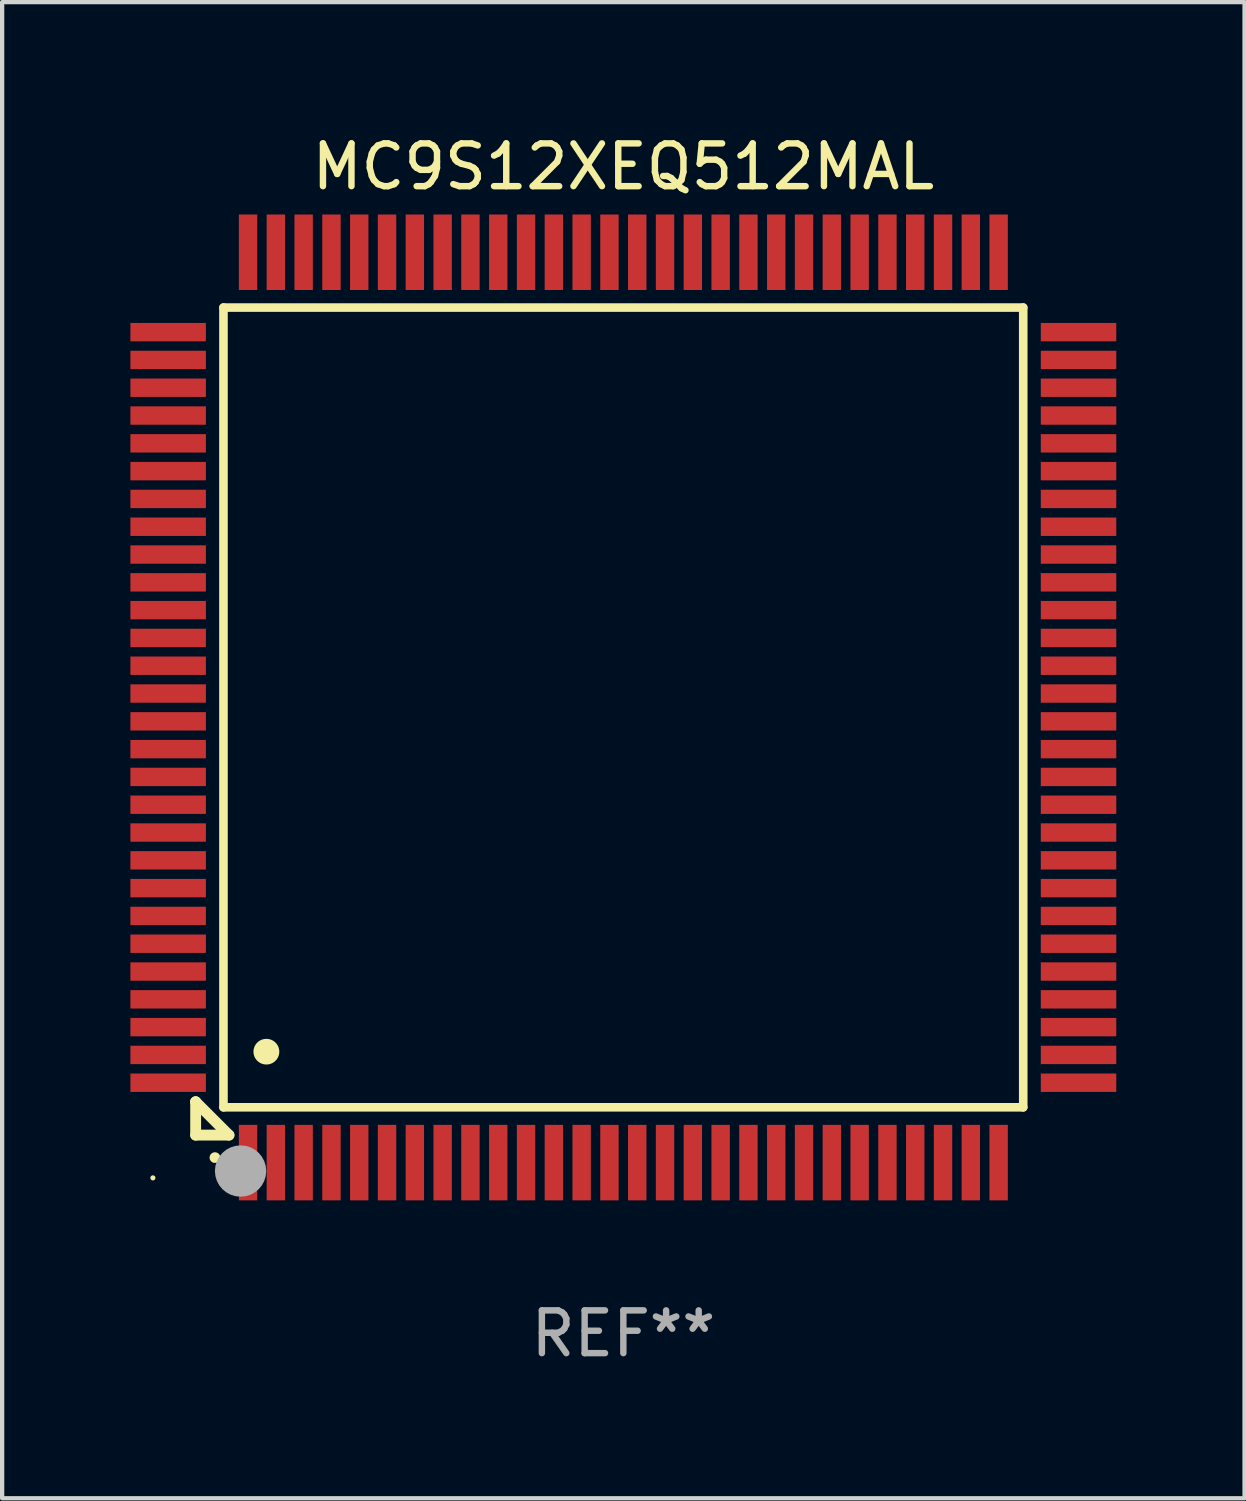
<source format=kicad_pcb>
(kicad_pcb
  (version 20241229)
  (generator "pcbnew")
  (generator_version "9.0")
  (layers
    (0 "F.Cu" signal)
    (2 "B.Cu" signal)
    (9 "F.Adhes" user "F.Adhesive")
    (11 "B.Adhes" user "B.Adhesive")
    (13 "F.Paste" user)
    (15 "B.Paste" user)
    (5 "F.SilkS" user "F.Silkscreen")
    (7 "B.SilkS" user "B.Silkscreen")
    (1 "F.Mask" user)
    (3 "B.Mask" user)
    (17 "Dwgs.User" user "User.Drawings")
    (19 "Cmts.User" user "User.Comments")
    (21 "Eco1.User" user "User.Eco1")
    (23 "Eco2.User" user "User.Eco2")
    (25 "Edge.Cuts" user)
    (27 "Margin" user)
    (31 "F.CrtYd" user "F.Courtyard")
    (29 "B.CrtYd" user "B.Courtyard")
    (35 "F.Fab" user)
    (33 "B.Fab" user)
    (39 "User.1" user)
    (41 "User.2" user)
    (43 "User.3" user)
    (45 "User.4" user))
  (footprint "MC9S12XEQ512MAL"
    (layer "F.Cu")
    (at 11.525 13.491)
    (property "Reference" "MC9S12XEQ512MAL" (at 0 -12.643 0) (layer "F.SilkS") (effects (font (size 1 1) (thickness 0.15))))
    (attr through_hole)
    (fp_line (start -10 9.221) (end -10 9.221) (stroke (width 0.254) (type solid)) (layer "F.SilkS"))
    (fp_line (start -10 9.221) (end -10 10) (stroke (width 0.254) (type solid)) (layer "F.SilkS"))
    (fp_line (start -10 9.221) (end -9.221 10) (stroke (width 0.254) (type solid)) (layer "F.SilkS"))
    (fp_line (start -10 10) (end -9.221 10) (stroke (width 0.254) (type solid)) (layer "F.SilkS"))
    (fp_line (start -9.35 -9.35) (end -9.35 9.35) (stroke (width 0.201) (type solid)) (layer "F.SilkS"))
    (fp_line (start -9.35 9.35) (end 9.35 9.35) (stroke (width 0.201) (type solid)) (layer "F.SilkS"))
    (fp_line (start 9.35 -9.35) (end -9.35 -9.35) (stroke (width 0.201) (type solid)) (layer "F.SilkS"))
    (fp_line (start 9.35 9.35) (end 9.35 -9.35) (stroke (width 0.201) (type solid)) (layer "F.SilkS"))
    (fp_arc (start -9.550546 10.525832) (mid -9.549276 10.525826) (end -9.548006 10.525832) (stroke (width 0.24892) (type solid)) (layer "F.SilkS"))
    (fp_arc (start -8.349124 8.049327) (mid -8.346584 8.049316) (end -8.344044 8.049327) (stroke (width 0.599441) (type solid)) (layer "F.SilkS"))
    (fp_circle (center -11 11) (end -10.97 11) (stroke (width 0.06) (type solid)) (fill no) (layer "F.SilkS"))
    (fp_circle (center -8.95 10.84) (end -8.65 10.84) (stroke (width 0.6) (type solid)) (fill no) (layer "F.Fab"))
    (fp_text user "REF**" (at 0 14.643 0) (layer "F.Fab") (effects (font (size 1 1) (thickness 0.15))))
    (pad "1" smd rect (at -8.775 10.643) (size 0.43 1.765) (layers "F.Cu" "F.Mask" "F.Paste"))
    (pad "2" smd rect (at -8.125 10.643) (size 0.43 1.765) (layers "F.Cu" "F.Mask" "F.Paste"))
    (pad "3" smd rect (at -7.475 10.643) (size 0.43 1.765) (layers "F.Cu" "F.Mask" "F.Paste"))
    (pad "4" smd rect (at -6.825 10.643) (size 0.43 1.765) (layers "F.Cu" "F.Mask" "F.Paste"))
    (pad "5" smd rect (at -6.175 10.643) (size 0.43 1.765) (layers "F.Cu" "F.Mask" "F.Paste"))
    (pad "6" smd rect (at -5.525 10.643) (size 0.43 1.765) (layers "F.Cu" "F.Mask" "F.Paste"))
    (pad "7" smd rect (at -4.875 10.643) (size 0.43 1.765) (layers "F.Cu" "F.Mask" "F.Paste"))
    (pad "8" smd rect (at -4.225 10.643) (size 0.43 1.765) (layers "F.Cu" "F.Mask" "F.Paste"))
    (pad "9" smd rect (at -3.575 10.643) (size 0.43 1.765) (layers "F.Cu" "F.Mask" "F.Paste"))
    (pad "10" smd rect (at -2.925 10.643) (size 0.43 1.765) (layers "F.Cu" "F.Mask" "F.Paste"))
    (pad "11" smd rect (at -2.275 10.643) (size 0.43 1.765) (layers "F.Cu" "F.Mask" "F.Paste"))
    (pad "12" smd rect (at -1.625 10.643) (size 0.43 1.765) (layers "F.Cu" "F.Mask" "F.Paste"))
    (pad "13" smd rect (at -0.975 10.643) (size 0.43 1.765) (layers "F.Cu" "F.Mask" "F.Paste"))
    (pad "14" smd rect (at -0.325 10.643) (size 0.43 1.765) (layers "F.Cu" "F.Mask" "F.Paste"))
    (pad "15" smd rect (at 0.325 10.643) (size 0.43 1.765) (layers "F.Cu" "F.Mask" "F.Paste"))
    (pad "16" smd rect (at 0.975 10.643) (size 0.43 1.765) (layers "F.Cu" "F.Mask" "F.Paste"))
    (pad "17" smd rect (at 1.625 10.643) (size 0.43 1.765) (layers "F.Cu" "F.Mask" "F.Paste"))
    (pad "18" smd rect (at 2.275 10.643) (size 0.43 1.765) (layers "F.Cu" "F.Mask" "F.Paste"))
    (pad "19" smd rect (at 2.925 10.643) (size 0.43 1.765) (layers "F.Cu" "F.Mask" "F.Paste"))
    (pad "20" smd rect (at 3.575 10.643) (size 0.43 1.765) (layers "F.Cu" "F.Mask" "F.Paste"))
    (pad "21" smd rect (at 4.225 10.643) (size 0.43 1.765) (layers "F.Cu" "F.Mask" "F.Paste"))
    (pad "22" smd rect (at 4.875 10.643) (size 0.43 1.765) (layers "F.Cu" "F.Mask" "F.Paste"))
    (pad "23" smd rect (at 5.525 10.643) (size 0.43 1.765) (layers "F.Cu" "F.Mask" "F.Paste"))
    (pad "24" smd rect (at 6.175 10.643) (size 0.43 1.765) (layers "F.Cu" "F.Mask" "F.Paste"))
    (pad "25" smd rect (at 6.825 10.643) (size 0.43 1.765) (layers "F.Cu" "F.Mask" "F.Paste"))
    (pad "26" smd rect (at 7.475 10.643) (size 0.43 1.765) (layers "F.Cu" "F.Mask" "F.Paste"))
    (pad "27" smd rect (at 8.125 10.643) (size 0.43 1.765) (layers "F.Cu" "F.Mask" "F.Paste"))
    (pad "28" smd rect (at 8.775 10.643) (size 0.43 1.765) (layers "F.Cu" "F.Mask" "F.Paste"))
    (pad "29" smd rect (at 10.643 8.775) (size 1.765 0.43) (layers "F.Cu" "F.Mask" "F.Paste"))
    (pad "30" smd rect (at 10.643 8.125) (size 1.765 0.43) (layers "F.Cu" "F.Mask" "F.Paste"))
    (pad "31" smd rect (at 10.643 7.475) (size 1.765 0.43) (layers "F.Cu" "F.Mask" "F.Paste"))
    (pad "32" smd rect (at 10.643 6.825) (size 1.765 0.43) (layers "F.Cu" "F.Mask" "F.Paste"))
    (pad "33" smd rect (at 10.643 6.175) (size 1.765 0.43) (layers "F.Cu" "F.Mask" "F.Paste"))
    (pad "34" smd rect (at 10.643 5.525) (size 1.765 0.43) (layers "F.Cu" "F.Mask" "F.Paste"))
    (pad "35" smd rect (at 10.643 4.875) (size 1.765 0.43) (layers "F.Cu" "F.Mask" "F.Paste"))
    (pad "36" smd rect (at 10.643 4.225) (size 1.765 0.43) (layers "F.Cu" "F.Mask" "F.Paste"))
    (pad "37" smd rect (at 10.643 3.575) (size 1.765 0.43) (layers "F.Cu" "F.Mask" "F.Paste"))
    (pad "38" smd rect (at 10.643 2.925) (size 1.765 0.43) (layers "F.Cu" "F.Mask" "F.Paste"))
    (pad "39" smd rect (at 10.643 2.275) (size 1.765 0.43) (layers "F.Cu" "F.Mask" "F.Paste"))
    (pad "40" smd rect (at 10.643 1.625) (size 1.765 0.43) (layers "F.Cu" "F.Mask" "F.Paste"))
    (pad "41" smd rect (at 10.643 0.975) (size 1.765 0.43) (layers "F.Cu" "F.Mask" "F.Paste"))
    (pad "42" smd rect (at 10.643 0.325) (size 1.765 0.43) (layers "F.Cu" "F.Mask" "F.Paste"))
    (pad "43" smd rect (at 10.643 -0.325) (size 1.765 0.43) (layers "F.Cu" "F.Mask" "F.Paste"))
    (pad "44" smd rect (at 10.643 -0.975) (size 1.765 0.43) (layers "F.Cu" "F.Mask" "F.Paste"))
    (pad "45" smd rect (at 10.643 -1.625) (size 1.765 0.43) (layers "F.Cu" "F.Mask" "F.Paste"))
    (pad "46" smd rect (at 10.643 -2.275) (size 1.765 0.43) (layers "F.Cu" "F.Mask" "F.Paste"))
    (pad "47" smd rect (at 10.643 -2.925) (size 1.765 0.43) (layers "F.Cu" "F.Mask" "F.Paste"))
    (pad "48" smd rect (at 10.643 -3.575) (size 1.765 0.43) (layers "F.Cu" "F.Mask" "F.Paste"))
    (pad "49" smd rect (at 10.643 -4.225) (size 1.765 0.43) (layers "F.Cu" "F.Mask" "F.Paste"))
    (pad "50" smd rect (at 10.643 -4.875) (size 1.765 0.43) (layers "F.Cu" "F.Mask" "F.Paste"))
    (pad "51" smd rect (at 10.643 -5.525) (size 1.765 0.43) (layers "F.Cu" "F.Mask" "F.Paste"))
    (pad "52" smd rect (at 10.643 -6.175) (size 1.765 0.43) (layers "F.Cu" "F.Mask" "F.Paste"))
    (pad "53" smd rect (at 10.643 -6.825) (size 1.765 0.43) (layers "F.Cu" "F.Mask" "F.Paste"))
    (pad "54" smd rect (at 10.643 -7.475) (size 1.765 0.43) (layers "F.Cu" "F.Mask" "F.Paste"))
    (pad "55" smd rect (at 10.643 -8.125) (size 1.765 0.43) (layers "F.Cu" "F.Mask" "F.Paste"))
    (pad "56" smd rect (at 10.643 -8.775) (size 1.765 0.43) (layers "F.Cu" "F.Mask" "F.Paste"))
    (pad "57" smd rect (at 8.775 -10.643) (size 0.43 1.765) (layers "F.Cu" "F.Mask" "F.Paste"))
    (pad "58" smd rect (at 8.125 -10.643) (size 0.43 1.765) (layers "F.Cu" "F.Mask" "F.Paste"))
    (pad "59" smd rect (at 7.475 -10.643) (size 0.43 1.765) (layers "F.Cu" "F.Mask" "F.Paste"))
    (pad "60" smd rect (at 6.825 -10.643) (size 0.43 1.765) (layers "F.Cu" "F.Mask" "F.Paste"))
    (pad "61" smd rect (at 6.175 -10.643) (size 0.43 1.765) (layers "F.Cu" "F.Mask" "F.Paste"))
    (pad "62" smd rect (at 5.525 -10.643) (size 0.43 1.765) (layers "F.Cu" "F.Mask" "F.Paste"))
    (pad "63" smd rect (at 4.875 -10.643) (size 0.43 1.765) (layers "F.Cu" "F.Mask" "F.Paste"))
    (pad "64" smd rect (at 4.225 -10.643) (size 0.43 1.765) (layers "F.Cu" "F.Mask" "F.Paste"))
    (pad "65" smd rect (at 3.575 -10.643) (size 0.43 1.765) (layers "F.Cu" "F.Mask" "F.Paste"))
    (pad "66" smd rect (at 2.925 -10.643) (size 0.43 1.765) (layers "F.Cu" "F.Mask" "F.Paste"))
    (pad "67" smd rect (at 2.275 -10.643) (size 0.43 1.765) (layers "F.Cu" "F.Mask" "F.Paste"))
    (pad "68" smd rect (at 1.625 -10.643) (size 0.43 1.765) (layers "F.Cu" "F.Mask" "F.Paste"))
    (pad "69" smd rect (at 0.975 -10.643) (size 0.43 1.765) (layers "F.Cu" "F.Mask" "F.Paste"))
    (pad "70" smd rect (at 0.325 -10.643) (size 0.43 1.765) (layers "F.Cu" "F.Mask" "F.Paste"))
    (pad "71" smd rect (at -0.325 -10.643) (size 0.43 1.765) (layers "F.Cu" "F.Mask" "F.Paste"))
    (pad "72" smd rect (at -0.975 -10.643) (size 0.43 1.765) (layers "F.Cu" "F.Mask" "F.Paste"))
    (pad "73" smd rect (at -1.625 -10.643) (size 0.43 1.765) (layers "F.Cu" "F.Mask" "F.Paste"))
    (pad "74" smd rect (at -2.275 -10.643) (size 0.43 1.765) (layers "F.Cu" "F.Mask" "F.Paste"))
    (pad "75" smd rect (at -2.925 -10.643) (size 0.43 1.765) (layers "F.Cu" "F.Mask" "F.Paste"))
    (pad "76" smd rect (at -3.575 -10.643) (size 0.43 1.765) (layers "F.Cu" "F.Mask" "F.Paste"))
    (pad "77" smd rect (at -4.225 -10.643) (size 0.43 1.765) (layers "F.Cu" "F.Mask" "F.Paste"))
    (pad "78" smd rect (at -4.875 -10.643) (size 0.43 1.765) (layers "F.Cu" "F.Mask" "F.Paste"))
    (pad "79" smd rect (at -5.525 -10.643) (size 0.43 1.765) (layers "F.Cu" "F.Mask" "F.Paste"))
    (pad "80" smd rect (at -6.175 -10.643) (size 0.43 1.765) (layers "F.Cu" "F.Mask" "F.Paste"))
    (pad "81" smd rect (at -6.825 -10.643) (size 0.43 1.765) (layers "F.Cu" "F.Mask" "F.Paste"))
    (pad "82" smd rect (at -7.475 -10.643) (size 0.43 1.765) (layers "F.Cu" "F.Mask" "F.Paste"))
    (pad "83" smd rect (at -8.125 -10.643) (size 0.43 1.765) (layers "F.Cu" "F.Mask" "F.Paste"))
    (pad "84" smd rect (at -8.775 -10.643) (size 0.43 1.765) (layers "F.Cu" "F.Mask" "F.Paste"))
    (pad "85" smd rect (at -10.643 -8.775) (size 1.765 0.43) (layers "F.Cu" "F.Mask" "F.Paste"))
    (pad "86" smd rect (at -10.643 -8.125) (size 1.765 0.43) (layers "F.Cu" "F.Mask" "F.Paste"))
    (pad "87" smd rect (at -10.643 -7.475) (size 1.765 0.43) (layers "F.Cu" "F.Mask" "F.Paste"))
    (pad "88" smd rect (at -10.643 -6.825) (size 1.765 0.43) (layers "F.Cu" "F.Mask" "F.Paste"))
    (pad "89" smd rect (at -10.643 -6.175) (size 1.765 0.43) (layers "F.Cu" "F.Mask" "F.Paste"))
    (pad "90" smd rect (at -10.643 -5.525) (size 1.765 0.43) (layers "F.Cu" "F.Mask" "F.Paste"))
    (pad "91" smd rect (at -10.643 -4.875) (size 1.765 0.43) (layers "F.Cu" "F.Mask" "F.Paste"))
    (pad "92" smd rect (at -10.643 -4.225) (size 1.765 0.43) (layers "F.Cu" "F.Mask" "F.Paste"))
    (pad "93" smd rect (at -10.643 -3.575) (size 1.765 0.43) (layers "F.Cu" "F.Mask" "F.Paste"))
    (pad "94" smd rect (at -10.643 -2.925) (size 1.765 0.43) (layers "F.Cu" "F.Mask" "F.Paste"))
    (pad "95" smd rect (at -10.643 -2.275) (size 1.765 0.43) (layers "F.Cu" "F.Mask" "F.Paste"))
    (pad "96" smd rect (at -10.643 -1.625) (size 1.765 0.43) (layers "F.Cu" "F.Mask" "F.Paste"))
    (pad "97" smd rect (at -10.643 -0.975) (size 1.765 0.43) (layers "F.Cu" "F.Mask" "F.Paste"))
    (pad "98" smd rect (at -10.643 -0.325) (size 1.765 0.43) (layers "F.Cu" "F.Mask" "F.Paste"))
    (pad "99" smd rect (at -10.643 0.325) (size 1.765 0.43) (layers "F.Cu" "F.Mask" "F.Paste"))
    (pad "100" smd rect (at -10.643 0.975) (size 1.765 0.43) (layers "F.Cu" "F.Mask" "F.Paste"))
    (pad "101" smd rect (at -10.643 1.625) (size 1.765 0.43) (layers "F.Cu" "F.Mask" "F.Paste"))
    (pad "102" smd rect (at -10.643 2.275) (size 1.765 0.43) (layers "F.Cu" "F.Mask" "F.Paste"))
    (pad "103" smd rect (at -10.643 2.925) (size 1.765 0.43) (layers "F.Cu" "F.Mask" "F.Paste"))
    (pad "104" smd rect (at -10.643 3.575) (size 1.765 0.43) (layers "F.Cu" "F.Mask" "F.Paste"))
    (pad "105" smd rect (at -10.643 4.225) (size 1.765 0.43) (layers "F.Cu" "F.Mask" "F.Paste"))
    (pad "106" smd rect (at -10.643 4.875) (size 1.765 0.43) (layers "F.Cu" "F.Mask" "F.Paste"))
    (pad "107" smd rect (at -10.643 5.525) (size 1.765 0.43) (layers "F.Cu" "F.Mask" "F.Paste"))
    (pad "108" smd rect (at -10.643 6.175) (size 1.765 0.43) (layers "F.Cu" "F.Mask" "F.Paste"))
    (pad "109" smd rect (at -10.643 6.825) (size 1.765 0.43) (layers "F.Cu" "F.Mask" "F.Paste"))
    (pad "110" smd rect (at -10.643 7.475) (size 1.765 0.43) (layers "F.Cu" "F.Mask" "F.Paste"))
    (pad "111" smd rect (at -10.643 8.125) (size 1.765 0.43) (layers "F.Cu" "F.Mask" "F.Paste"))
    (pad "112" smd rect (at -10.643 8.775) (size 1.765 0.43) (layers "F.Cu" "F.Mask" "F.Paste")))
  (gr_rect
    (start -3 -3)
    (end 26.05 31.982)
    (stroke (width 0.1) (type default))
    (fill no)
    (layer "Edge.Cuts")))
</source>
